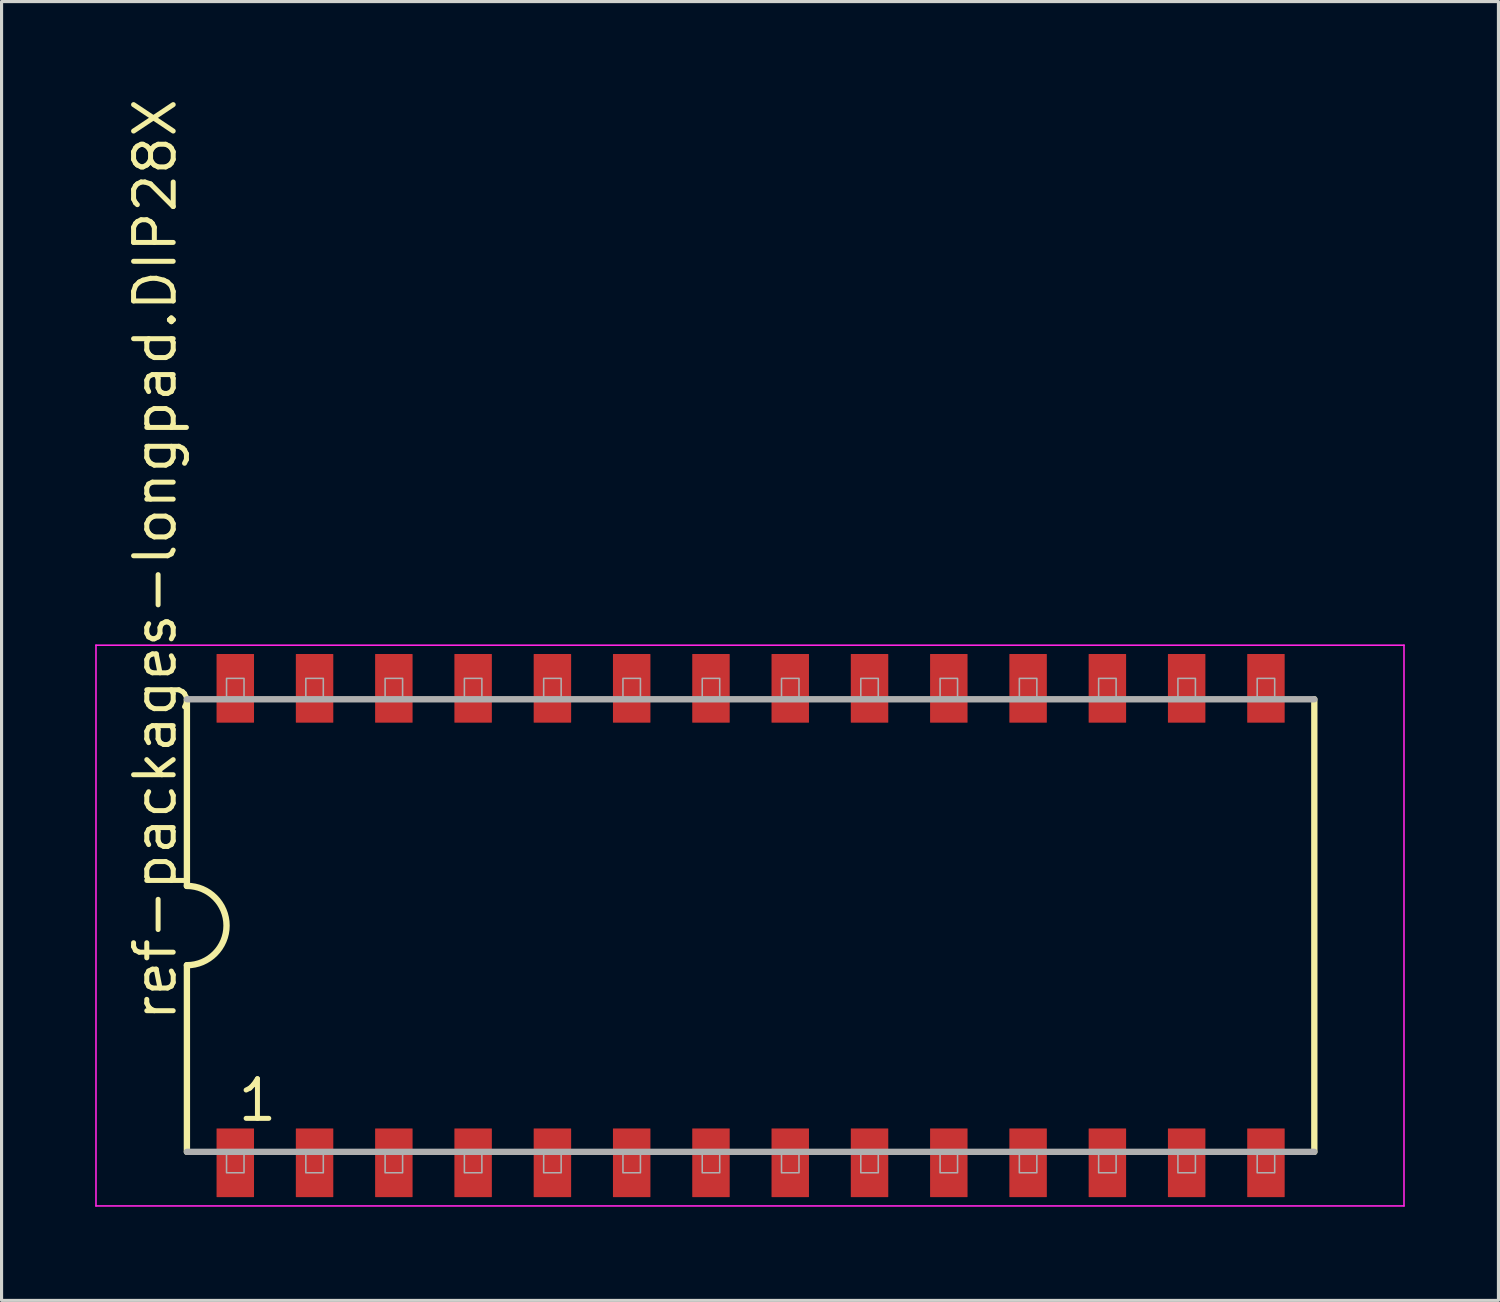
<source format=kicad_pcb>
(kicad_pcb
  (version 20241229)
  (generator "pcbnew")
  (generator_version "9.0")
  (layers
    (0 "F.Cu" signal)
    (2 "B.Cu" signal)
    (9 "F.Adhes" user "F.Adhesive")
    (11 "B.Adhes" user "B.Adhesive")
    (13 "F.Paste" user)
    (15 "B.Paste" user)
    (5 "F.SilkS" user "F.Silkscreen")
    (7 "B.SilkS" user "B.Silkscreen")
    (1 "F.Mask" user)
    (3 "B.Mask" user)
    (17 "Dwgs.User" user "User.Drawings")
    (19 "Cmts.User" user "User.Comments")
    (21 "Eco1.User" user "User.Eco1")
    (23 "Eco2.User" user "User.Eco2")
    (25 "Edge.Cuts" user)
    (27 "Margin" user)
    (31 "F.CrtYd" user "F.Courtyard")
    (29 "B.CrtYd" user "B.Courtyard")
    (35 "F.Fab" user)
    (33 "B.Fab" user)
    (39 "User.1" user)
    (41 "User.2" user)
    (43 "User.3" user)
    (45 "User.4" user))
  (footprint "ref-packages-longpad.DIP28X"
    (layer "F.Cu")
    (at 20.998 26.603)
    (property "Reference" "ref-packages-longpad.DIP28X" (at -18.335 3.135 90) (layer "F.SilkS") (effects (font (size 1.27 1.27) (thickness 0.16)) (justify left bottom)))
    (attr smd)
    (fp_line (start -18.06 -7.25) (end -18.06 -1.27) (stroke (width 0.203) (type default)) (layer "F.SilkS"))
    (fp_line (start -18.06 1.27) (end -18.06 7.25) (stroke (width 0.203) (type default)) (layer "F.SilkS"))
    (fp_line (start 18.06 7.25) (end 18.06 -7.25) (stroke (width 0.203) (type default)) (layer "F.SilkS"))
    (fp_arc (start -18.06 -1.27) (mid -16.79 0) (end -18.06 1.27) (stroke (width 0.2032) (type default)) (layer "F.SilkS"))
    (fp_line (start -20.973 -8.983) (end 20.933 -8.983) (stroke (width 0.051) (type default)) (layer "F.CrtYd"))
    (fp_line (start -20.973 8.983) (end -20.973 -8.983) (stroke (width 0.051) (type default)) (layer "F.CrtYd"))
    (fp_line (start 20.933 -8.983) (end 20.933 8.983) (stroke (width 0.051) (type default)) (layer "F.CrtYd"))
    (fp_line (start 20.933 8.983) (end -20.973 8.983) (stroke (width 0.051) (type default)) (layer "F.CrtYd"))
    (fp_line (start -18.06 7.25) (end 18.06 7.25) (stroke (width 0.203) (type default)) (layer "F.Fab"))
    (fp_line (start 18.06 -7.25) (end -18.06 -7.25) (stroke (width 0.203) (type default)) (layer "F.Fab"))
    (fp_rect (start -16.79 -7.25) (end -16.23 -7.92) (stroke (width 0.05) (type default)) (fill no) (layer "F.Fab"))
    (fp_rect (start -16.79 7.92) (end -16.23 7.25) (stroke (width 0.05) (type default)) (fill no) (layer "F.Fab"))
    (fp_rect (start -14.25 -7.25) (end -13.69 -7.92) (stroke (width 0.05) (type default)) (fill no) (layer "F.Fab"))
    (fp_rect (start -14.25 7.92) (end -13.69 7.25) (stroke (width 0.05) (type default)) (fill no) (layer "F.Fab"))
    (fp_rect (start -11.71 -7.25) (end -11.15 -7.92) (stroke (width 0.05) (type default)) (fill no) (layer "F.Fab"))
    (fp_rect (start -11.71 7.92) (end -11.15 7.25) (stroke (width 0.05) (type default)) (fill no) (layer "F.Fab"))
    (fp_rect (start -9.17 -7.25) (end -8.61 -7.92) (stroke (width 0.05) (type default)) (fill no) (layer "F.Fab"))
    (fp_rect (start -9.17 7.92) (end -8.61 7.25) (stroke (width 0.05) (type default)) (fill no) (layer "F.Fab"))
    (fp_rect (start -6.63 -7.25) (end -6.07 -7.92) (stroke (width 0.05) (type default)) (fill no) (layer "F.Fab"))
    (fp_rect (start -6.63 7.92) (end -6.07 7.25) (stroke (width 0.05) (type default)) (fill no) (layer "F.Fab"))
    (fp_rect (start -4.09 -7.25) (end -3.53 -7.92) (stroke (width 0.05) (type default)) (fill no) (layer "F.Fab"))
    (fp_rect (start -4.09 7.92) (end -3.53 7.25) (stroke (width 0.05) (type default)) (fill no) (layer "F.Fab"))
    (fp_rect (start -1.55 -7.25) (end -0.99 -7.92) (stroke (width 0.05) (type default)) (fill no) (layer "F.Fab"))
    (fp_rect (start -1.55 7.92) (end -0.99 7.25) (stroke (width 0.05) (type default)) (fill no) (layer "F.Fab"))
    (fp_rect (start 0.99 -7.25) (end 1.55 -7.92) (stroke (width 0.05) (type default)) (fill no) (layer "F.Fab"))
    (fp_rect (start 0.99 7.92) (end 1.55 7.25) (stroke (width 0.05) (type default)) (fill no) (layer "F.Fab"))
    (fp_rect (start 3.53 -7.25) (end 4.09 -7.92) (stroke (width 0.05) (type default)) (fill no) (layer "F.Fab"))
    (fp_rect (start 3.53 7.92) (end 4.09 7.25) (stroke (width 0.05) (type default)) (fill no) (layer "F.Fab"))
    (fp_rect (start 6.07 -7.25) (end 6.63 -7.92) (stroke (width 0.05) (type default)) (fill no) (layer "F.Fab"))
    (fp_rect (start 6.07 7.92) (end 6.63 7.25) (stroke (width 0.05) (type default)) (fill no) (layer "F.Fab"))
    (fp_rect (start 8.61 -7.25) (end 9.17 -7.92) (stroke (width 0.05) (type default)) (fill no) (layer "F.Fab"))
    (fp_rect (start 8.61 7.92) (end 9.17 7.25) (stroke (width 0.05) (type default)) (fill no) (layer "F.Fab"))
    (fp_rect (start 11.15 -7.25) (end 11.71 -7.92) (stroke (width 0.05) (type default)) (fill no) (layer "F.Fab"))
    (fp_rect (start 11.15 7.92) (end 11.71 7.25) (stroke (width 0.05) (type default)) (fill no) (layer "F.Fab"))
    (fp_rect (start 13.69 -7.25) (end 14.25 -7.92) (stroke (width 0.05) (type default)) (fill no) (layer "F.Fab"))
    (fp_rect (start 13.69 7.92) (end 14.25 7.25) (stroke (width 0.05) (type default)) (fill no) (layer "F.Fab"))
    (fp_rect (start 16.23 -7.25) (end 16.79 -7.92) (stroke (width 0.05) (type default)) (fill no) (layer "F.Fab"))
    (fp_rect (start 16.23 7.92) (end 16.79 7.25) (stroke (width 0.05) (type default)) (fill no) (layer "F.Fab"))
    (fp_text user "1" (at -16.51 6.34 0) (layer "F.SilkS") (effects (font (size 1.27 1.27) (thickness 0.16)) (justify left bottom)))
    (pad "1" smd roundrect (at -16.51 7.6) (size 1.2 2.2) (layers "F.Cu" "F.Mask" "F.Paste") (roundrect_rratio 0.01))
    (pad "2" smd roundrect (at -13.97 7.6) (size 1.2 2.2) (layers "F.Cu" "F.Mask" "F.Paste") (roundrect_rratio 0.01))
    (pad "3" smd roundrect (at -11.43 7.6) (size 1.2 2.2) (layers "F.Cu" "F.Mask" "F.Paste") (roundrect_rratio 0.01))
    (pad "4" smd roundrect (at -8.89 7.6) (size 1.2 2.2) (layers "F.Cu" "F.Mask" "F.Paste") (roundrect_rratio 0.01))
    (pad "5" smd roundrect (at -6.35 7.6) (size 1.2 2.2) (layers "F.Cu" "F.Mask" "F.Paste") (roundrect_rratio 0.01))
    (pad "6" smd roundrect (at -3.81 7.6) (size 1.2 2.2) (layers "F.Cu" "F.Mask" "F.Paste") (roundrect_rratio 0.01))
    (pad "7" smd roundrect (at -1.27 7.6) (size 1.2 2.2) (layers "F.Cu" "F.Mask" "F.Paste") (roundrect_rratio 0.01))
    (pad "8" smd roundrect (at 1.27 7.6) (size 1.2 2.2) (layers "F.Cu" "F.Mask" "F.Paste") (roundrect_rratio 0.01))
    (pad "9" smd roundrect (at 3.81 7.6) (size 1.2 2.2) (layers "F.Cu" "F.Mask" "F.Paste") (roundrect_rratio 0.01))
    (pad "10" smd roundrect (at 6.35 7.6) (size 1.2 2.2) (layers "F.Cu" "F.Mask" "F.Paste") (roundrect_rratio 0.01))
    (pad "11" smd roundrect (at 8.89 7.6) (size 1.2 2.2) (layers "F.Cu" "F.Mask" "F.Paste") (roundrect_rratio 0.01))
    (pad "12" smd roundrect (at 11.43 7.6) (size 1.2 2.2) (layers "F.Cu" "F.Mask" "F.Paste") (roundrect_rratio 0.01))
    (pad "13" smd roundrect (at 13.97 7.6) (size 1.2 2.2) (layers "F.Cu" "F.Mask" "F.Paste") (roundrect_rratio 0.01))
    (pad "14" smd roundrect (at 16.51 7.6) (size 1.2 2.2) (layers "F.Cu" "F.Mask" "F.Paste") (roundrect_rratio 0.01))
    (pad "15" smd roundrect (at 16.51 -7.6) (size 1.2 2.2) (layers "F.Cu" "F.Mask" "F.Paste") (roundrect_rratio 0.01))
    (pad "16" smd roundrect (at 13.97 -7.6) (size 1.2 2.2) (layers "F.Cu" "F.Mask" "F.Paste") (roundrect_rratio 0.01))
    (pad "17" smd roundrect (at 11.43 -7.6) (size 1.2 2.2) (layers "F.Cu" "F.Mask" "F.Paste") (roundrect_rratio 0.01))
    (pad "18" smd roundrect (at 8.89 -7.6) (size 1.2 2.2) (layers "F.Cu" "F.Mask" "F.Paste") (roundrect_rratio 0.01))
    (pad "19" smd roundrect (at 6.35 -7.6) (size 1.2 2.2) (layers "F.Cu" "F.Mask" "F.Paste") (roundrect_rratio 0.01))
    (pad "20" smd roundrect (at 3.81 -7.6) (size 1.2 2.2) (layers "F.Cu" "F.Mask" "F.Paste") (roundrect_rratio 0.01))
    (pad "21" smd roundrect (at 1.27 -7.6) (size 1.2 2.2) (layers "F.Cu" "F.Mask" "F.Paste") (roundrect_rratio 0.01))
    (pad "22" smd roundrect (at -1.27 -7.6) (size 1.2 2.2) (layers "F.Cu" "F.Mask" "F.Paste") (roundrect_rratio 0.01))
    (pad "23" smd roundrect (at -3.81 -7.6) (size 1.2 2.2) (layers "F.Cu" "F.Mask" "F.Paste") (roundrect_rratio 0.01))
    (pad "24" smd roundrect (at -6.35 -7.6) (size 1.2 2.2) (layers "F.Cu" "F.Mask" "F.Paste") (roundrect_rratio 0.01))
    (pad "25" smd roundrect (at -8.89 -7.6) (size 1.2 2.2) (layers "F.Cu" "F.Mask" "F.Paste") (roundrect_rratio 0.01))
    (pad "26" smd roundrect (at -11.43 -7.6) (size 1.2 2.2) (layers "F.Cu" "F.Mask" "F.Paste") (roundrect_rratio 0.01))
    (pad "27" smd roundrect (at -13.97 -7.6) (size 1.2 2.2) (layers "F.Cu" "F.Mask" "F.Paste") (roundrect_rratio 0.01))
    (pad "28" smd roundrect (at -16.51 -7.6) (size 1.2 2.2) (layers "F.Cu" "F.Mask" "F.Paste") (roundrect_rratio 0.01)))
  (gr_rect
    (start -3 -3)
    (end 44.957 38.612)
    (stroke (width 0.1) (type default))
    (fill no)
    (layer "Edge.Cuts")))
</source>
